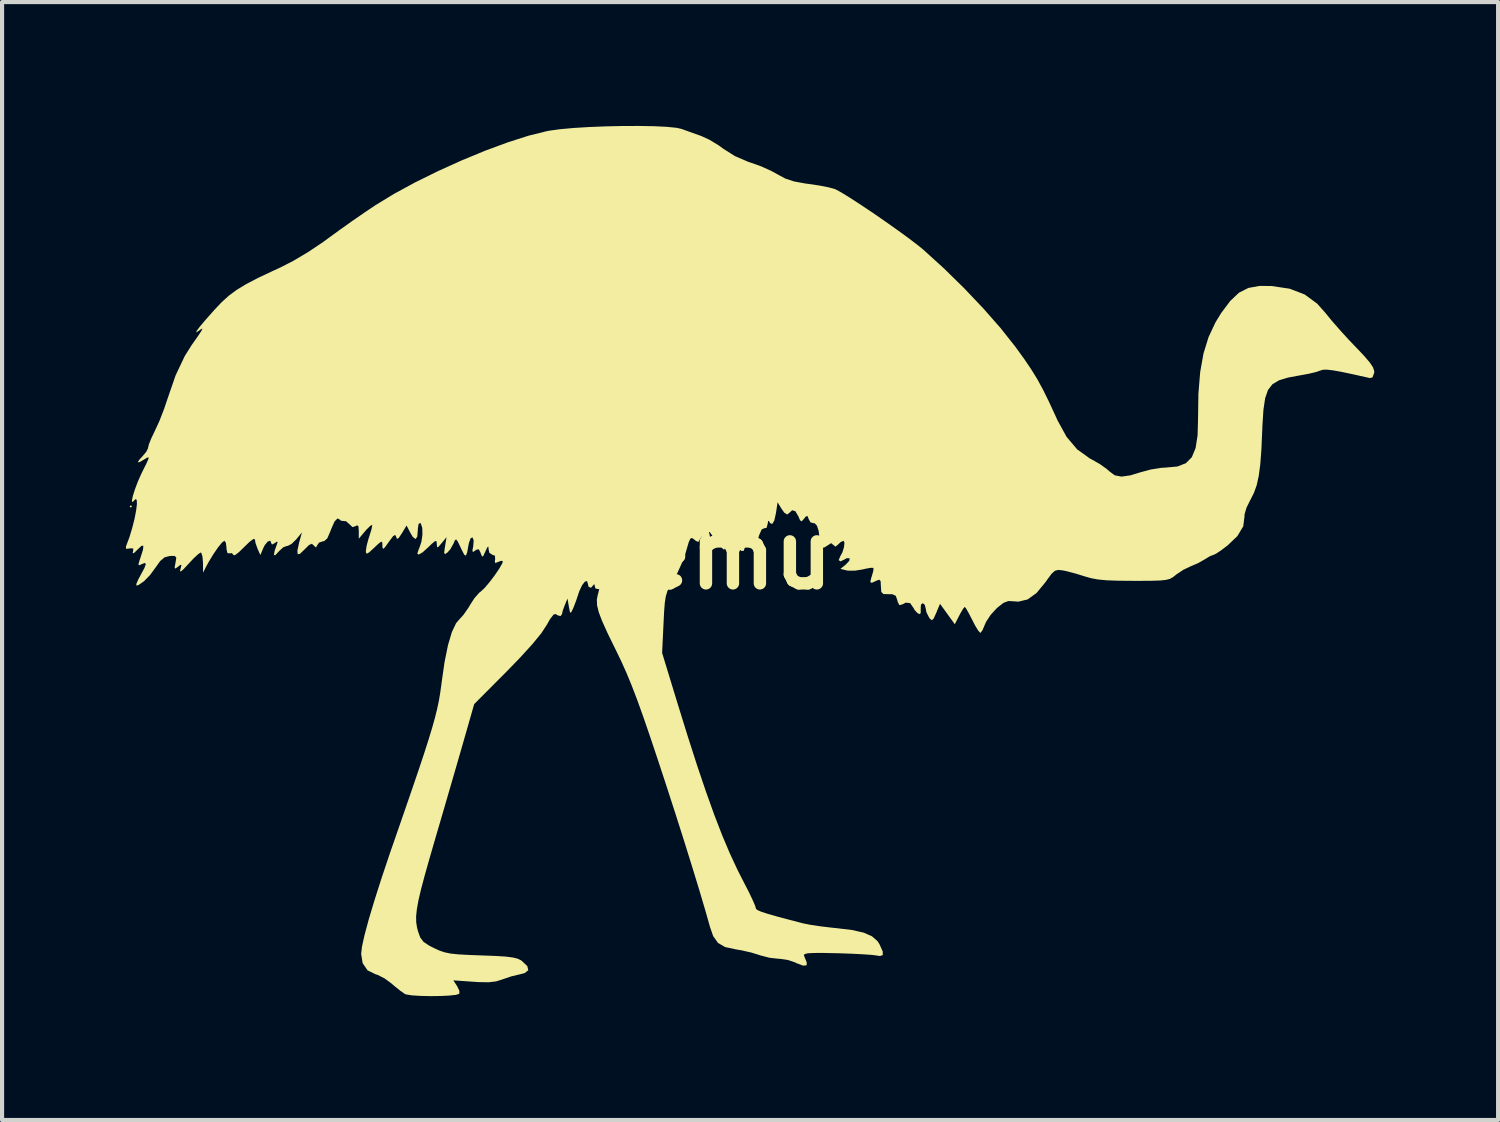
<source format=kicad_pcb>
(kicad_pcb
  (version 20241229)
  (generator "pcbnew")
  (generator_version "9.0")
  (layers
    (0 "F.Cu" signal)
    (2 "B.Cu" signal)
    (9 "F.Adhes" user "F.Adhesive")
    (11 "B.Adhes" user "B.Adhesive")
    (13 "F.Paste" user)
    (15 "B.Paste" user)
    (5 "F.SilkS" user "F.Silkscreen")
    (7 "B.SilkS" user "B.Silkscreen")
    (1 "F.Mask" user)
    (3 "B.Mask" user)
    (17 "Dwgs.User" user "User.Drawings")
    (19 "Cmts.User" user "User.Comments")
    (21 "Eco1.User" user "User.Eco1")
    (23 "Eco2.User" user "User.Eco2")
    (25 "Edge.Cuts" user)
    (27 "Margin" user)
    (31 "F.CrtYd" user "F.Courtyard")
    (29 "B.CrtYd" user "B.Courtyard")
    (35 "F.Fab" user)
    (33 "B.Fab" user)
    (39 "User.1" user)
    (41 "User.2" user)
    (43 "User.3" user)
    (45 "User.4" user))
  (footprint "emu"
    (layer "F.Cu")
    (at 14.734 10.386)
    (property "Reference" "emu" (at 0 0 0) (layer "F.SilkS") (effects (font (size 1.524 1.524) (thickness 0.3))))
    (attr board_only exclude_from_pos_files exclude_from_bom)
    (fp_poly (pts (xy -14.588 -1.173) (xy -14.616 -1.144) (xy -14.645 -1.173) (xy -14.616 -1.201)) (stroke (width 0) (type solid)) (fill yes) (layer "F.SilkS"))
    (fp_poly (pts (xy -1.947 -10.38) (xy -1.64 -10.365) (xy -1.409 -10.342) (xy -1.287 -10.316) (xy -1.082 -10.242) (xy -0.855 -10.161) (xy -0.801 -10.142) (xy -0.608 -10.053) (xy -0.391 -9.922) (xy -0.265 -9.831) (xy 0.012 -9.656) (xy 0.333 -9.518) (xy 0.394 -9.498) (xy 0.641 -9.41) (xy 0.889 -9.299) (xy 1.044 -9.214) (xy 1.232 -9.112) (xy 1.441 -9.043) (xy 1.712 -8.993) (xy 1.802 -8.981) (xy 2.048 -8.945) (xy 2.266 -8.903) (xy 2.421 -8.862) (xy 2.447 -8.852) (xy 2.586 -8.777) (xy 2.796 -8.648) (xy 3.058 -8.478) (xy 3.353 -8.281) (xy 3.658 -8.07) (xy 3.956 -7.859) (xy 4.225 -7.663) (xy 4.447 -7.494) (xy 4.576 -7.388) (xy 5.072 -6.938) (xy 5.564 -6.455) (xy 6.03 -5.964) (xy 6.447 -5.489) (xy 6.792 -5.053) (xy 6.802 -5.04) (xy 7.016 -4.745) (xy 7.187 -4.492) (xy 7.334 -4.254) (xy 7.472 -4.001) (xy 7.618 -3.704) (xy 7.788 -3.336) (xy 7.823 -3.258) (xy 8.042 -2.859) (xy 8.298 -2.556) (xy 8.607 -2.334) (xy 8.662 -2.305) (xy 8.85 -2.198) (xy 9.013 -2.082) (xy 9.079 -2.023) (xy 9.208 -1.927) (xy 9.371 -1.895) (xy 9.59 -1.926) (xy 9.84 -2.002) (xy 10.081 -2.067) (xy 10.34 -2.108) (xy 10.457 -2.115) (xy 10.727 -2.14) (xy 10.931 -2.219) (xy 11.075 -2.364) (xy 11.167 -2.586) (xy 11.215 -2.896) (xy 11.226 -3.289) (xy 11.235 -3.904) (xy 11.278 -4.427) (xy 11.358 -4.876) (xy 11.48 -5.271) (xy 11.647 -5.628) (xy 11.786 -5.855) (xy 12.006 -6.149) (xy 12.217 -6.348) (xy 12.446 -6.464) (xy 12.718 -6.513) (xy 13.008 -6.51) (xy 13.445 -6.445) (xy 13.807 -6.306) (xy 14.11 -6.084) (xy 14.308 -5.862) (xy 14.455 -5.681) (xy 14.654 -5.453) (xy 14.875 -5.21) (xy 15.034 -5.044) (xy 15.246 -4.821) (xy 15.384 -4.659) (xy 15.463 -4.541) (xy 15.492 -4.451) (xy 15.492 -4.409) (xy 15.45 -4.297) (xy 15.389 -4.281) (xy 15 -4.368) (xy 14.707 -4.43) (xy 14.495 -4.468) (xy 14.348 -4.485) (xy 14.253 -4.483) (xy 14.194 -4.466) (xy 14.085 -4.428) (xy 13.904 -4.385) (xy 13.702 -4.348) (xy 13.409 -4.294) (xy 13.189 -4.228) (xy 13.029 -4.133) (xy 12.92 -3.993) (xy 12.851 -3.793) (xy 12.81 -3.517) (xy 12.786 -3.147) (xy 12.78 -2.997) (xy 12.76 -2.547) (xy 12.733 -2.192) (xy 12.696 -1.912) (xy 12.647 -1.689) (xy 12.58 -1.502) (xy 12.494 -1.331) (xy 12.486 -1.317) (xy 12.4 -1.143) (xy 12.353 -0.986) (xy 12.35 -0.924) (xy 12.321 -0.692) (xy 12.179 -0.455) (xy 11.941 -0.228) (xy 11.785 -0.11) (xy 11.66 -0.027) (xy 11.6 0) (xy 11.518 0.03) (xy 11.397 0.103) (xy 11.393 0.106) (xy 11.226 0.201) (xy 11.051 0.276) (xy 10.874 0.359) (xy 10.7 0.475) (xy 10.689 0.485) (xy 10.618 0.54) (xy 10.547 0.58) (xy 10.453 0.605) (xy 10.317 0.62) (xy 10.118 0.627) (xy 9.836 0.629) (xy 9.662 0.629) (xy 9.295 0.626) (xy 9.017 0.616) (xy 8.803 0.596) (xy 8.629 0.563) (xy 8.479 0.52) (xy 8.262 0.453) (xy 8.055 0.398) (xy 7.952 0.376) (xy 7.841 0.364) (xy 7.759 0.386) (xy 7.678 0.46) (xy 7.569 0.607) (xy 7.535 0.657) (xy 7.317 0.922) (xy 7.1 1.079) (xy 6.874 1.133) (xy 6.767 1.125) (xy 6.634 1.118) (xy 6.519 1.16) (xy 6.379 1.268) (xy 6.35 1.294) (xy 6.205 1.452) (xy 6.093 1.622) (xy 6.063 1.691) (xy 6.009 1.82) (xy 5.961 1.886) (xy 5.954 1.888) (xy 5.908 1.841) (xy 5.832 1.718) (xy 5.757 1.573) (xy 5.672 1.408) (xy 5.607 1.294) (xy 5.577 1.259) (xy 5.538 1.304) (xy 5.47 1.419) (xy 5.444 1.469) (xy 5.336 1.68) (xy 5.157 1.432) (xy 4.978 1.185) (xy 4.886 1.406) (xy 4.825 1.541) (xy 4.782 1.583) (xy 4.736 1.547) (xy 4.714 1.518) (xy 4.649 1.389) (xy 4.634 1.308) (xy 4.61 1.211) (xy 4.561 1.169) (xy 4.519 1.203) (xy 4.513 1.241) (xy 4.51 1.352) (xy 4.513 1.387) (xy 4.495 1.436) (xy 4.437 1.414) (xy 4.367 1.34) (xy 4.337 1.287) (xy 4.254 1.168) (xy 4.149 1.157) (xy 4.062 1.201) (xy 3.994 1.217) (xy 3.955 1.141) (xy 3.945 1.1) (xy 3.907 0.991) (xy 3.822 0.953) (xy 3.731 0.952) (xy 3.607 0.948) (xy 3.556 0.898) (xy 3.547 0.768) (xy 3.547 0.764) (xy 3.54 0.637) (xy 3.506 0.6) (xy 3.436 0.627) (xy 3.325 0.678) (xy 3.289 0.656) (xy 3.316 0.546) (xy 3.328 0.512) (xy 3.363 0.386) (xy 3.367 0.316) (xy 3.366 0.315) (xy 3.302 0.313) (xy 3.167 0.337) (xy 3.103 0.353) (xy 2.915 0.383) (xy 2.748 0.382) (xy 2.715 0.376) (xy 2.567 0.339) (xy 2.699 0.232) (xy 2.78 0.144) (xy 2.791 0.083) (xy 2.79 0.083) (xy 2.719 0.08) (xy 2.66 0.114) (xy 2.568 0.158) (xy 2.525 0.127) (xy 2.558 0.044) (xy 2.614 -0.06) (xy 2.653 -0.188) (xy 2.664 -0.297) (xy 2.64 -0.343) (xy 2.64 -0.343) (xy 2.565 -0.304) (xy 2.515 -0.255) (xy 2.447 -0.199) (xy 2.396 -0.24) (xy 2.341 -0.284) (xy 2.279 -0.243) (xy 2.171 -0.176) (xy 2.079 -0.179) (xy 2.038 -0.247) (xy 2.043 -0.285) (xy 2.057 -0.432) (xy 2.039 -0.585) (xy 1.997 -0.709) (xy 1.94 -0.767) (xy 1.92 -0.766) (xy 1.842 -0.787) (xy 1.802 -0.858) (xy 1.767 -0.943) (xy 1.724 -0.925) (xy 1.687 -0.876) (xy 1.629 -0.813) (xy 1.59 -0.836) (xy 1.55 -0.93) (xy 1.476 -1.057) (xy 1.398 -1.081) (xy 1.344 -1.03) (xy 1.281 -0.977) (xy 1.207 -1.022) (xy 1.136 -1.123) (xy 1.045 -1.274) (xy 1.005 -1.009) (xy 0.965 -0.83) (xy 0.915 -0.748) (xy 0.862 -0.77) (xy 0.839 -0.815) (xy 0.816 -0.824) (xy 0.805 -0.752) (xy 0.777 -0.653) (xy 0.725 -0.646) (xy 0.659 -0.615) (xy 0.596 -0.471) (xy 0.583 -0.423) (xy 0.528 -0.272) (xy 0.469 -0.183) (xy 0.421 -0.172) (xy 0.4 -0.251) (xy 0.4 -0.257) (xy 0.378 -0.337) (xy 0.327 -0.326) (xy 0.274 -0.238) (xy 0.261 -0.195) (xy 0.222 -0.096) (xy 0.168 -0.096) (xy 0.145 -0.113) (xy 0.069 -0.142) (xy 0.007 -0.075) (xy -0.035 -0.019) (xy -0.065 -0.052) (xy -0.091 -0.159) (xy -0.135 -0.308) (xy -0.183 -0.373) (xy -0.219 -0.344) (xy -0.231 -0.247) (xy -0.236 -0.136) (xy -0.266 -0.13) (xy -0.331 -0.203) (xy -0.441 -0.342) (xy -0.531 -0.461) (xy -0.6 -0.553) (xy -0.617 -0.554) (xy -0.598 -0.472) (xy -0.594 -0.366) (xy -0.652 -0.352) (xy -0.73 -0.41) (xy -0.794 -0.44) (xy -0.835 -0.379) (xy -0.873 -0.314) (xy -0.93 -0.335) (xy -0.971 -0.37) (xy -1.026 -0.409) (xy -1.066 -0.395) (xy -1.106 -0.309) (xy -1.158 -0.132) (xy -1.168 -0.095) (xy -1.256 0.16) (xy -1.38 0.435) (xy -1.475 0.607) (xy -1.562 0.752) (xy -1.622 0.874) (xy -1.661 1) (xy -1.686 1.159) (xy -1.703 1.378) (xy -1.717 1.659) (xy -1.751 2.374) (xy -1.393 3.547) (xy -1.137 4.373) (xy -0.904 5.099) (xy -0.688 5.737) (xy -0.487 6.298) (xy -0.296 6.792) (xy -0.11 7.232) (xy 0.075 7.629) (xy 0.233 7.939) (xy 0.35 8.166) (xy 0.443 8.361) (xy 0.501 8.497) (xy 0.515 8.546) (xy 0.526 8.576) (xy 0.57 8.608) (xy 0.659 8.645) (xy 0.808 8.693) (xy 1.029 8.756) (xy 1.337 8.838) (xy 1.659 8.922) (xy 1.833 8.957) (xy 2.079 8.994) (xy 2.354 9.027) (xy 2.465 9.038) (xy 2.847 9.084) (xy 3.131 9.148) (xy 3.331 9.236) (xy 3.465 9.354) (xy 3.514 9.432) (xy 3.59 9.601) (xy 3.593 9.691) (xy 3.521 9.714) (xy 3.447 9.702) (xy 3.333 9.687) (xy 3.132 9.673) (xy 2.867 9.659) (xy 2.565 9.648) (xy 2.471 9.646) (xy 2.144 9.639) (xy 1.917 9.64) (xy 1.774 9.648) (xy 1.701 9.666) (xy 1.682 9.693) (xy 1.684 9.704) (xy 1.735 9.83) (xy 1.751 9.868) (xy 1.748 9.939) (xy 1.662 9.946) (xy 1.506 9.888) (xy 1.467 9.868) (xy 1.299 9.811) (xy 1.099 9.781) (xy 1.066 9.78) (xy 0.85 9.756) (xy 0.629 9.699) (xy 0.601 9.689) (xy 0.41 9.63) (xy 0.172 9.576) (xy 0.036 9.553) (xy -0.224 9.497) (xy -0.398 9.397) (xy -0.515 9.231) (xy -0.592 9.009) (xy -0.706 8.606) (xy -0.853 8.11) (xy -1.028 7.538) (xy -1.226 6.904) (xy -1.442 6.225) (xy -1.672 5.516) (xy -1.859 4.948) (xy -2.048 4.384) (xy -2.211 3.91) (xy -2.355 3.51) (xy -2.487 3.166) (xy -2.613 2.86) (xy -2.742 2.572) (xy -2.88 2.287) (xy -2.9 2.247) (xy -3.077 1.885) (xy -3.203 1.605) (xy -3.285 1.39) (xy -3.326 1.223) (xy -3.332 1.085) (xy -3.308 0.961) (xy -3.296 0.922) (xy -3.275 0.828) (xy -3.312 0.826) (xy -3.366 0.815) (xy -3.38 0.761) (xy -3.394 0.705) (xy -3.413 0.729) (xy -3.474 0.797) (xy -3.533 0.771) (xy -3.547 0.71) (xy -3.568 0.635) (xy -3.621 0.648) (xy -3.689 0.735) (xy -3.756 0.878) (xy -3.77 0.919) (xy -3.833 1.108) (xy -3.896 1.272) (xy -3.913 1.311) (xy -3.956 1.397) (xy -3.981 1.393) (xy -4.003 1.287) (xy -4.009 1.254) (xy -4.042 1.058) (xy -4.109 1.219) (xy -4.157 1.351) (xy -4.176 1.434) (xy -4.212 1.484) (xy -4.293 1.458) (xy -4.323 1.432) (xy -4.38 1.446) (xy -4.468 1.561) (xy -4.544 1.695) (xy -4.676 1.897) (xy -4.895 2.165) (xy -5.202 2.501) (xy -5.506 2.814) (xy -6.302 3.614) (xy -6.55 4.481) (xy -6.638 4.787) (xy -6.75 5.174) (xy -6.878 5.615) (xy -7.014 6.083) (xy -7.15 6.549) (xy -7.23 6.822) (xy -7.38 7.339) (xy -7.499 7.76) (xy -7.589 8.099) (xy -7.652 8.368) (xy -7.69 8.581) (xy -7.708 8.752) (xy -7.706 8.893) (xy -7.687 9.018) (xy -7.662 9.115) (xy -7.607 9.267) (xy -7.528 9.371) (xy -7.395 9.46) (xy -7.278 9.52) (xy -7.146 9.581) (xy -7.019 9.624) (xy -6.874 9.654) (xy -6.684 9.674) (xy -6.427 9.688) (xy -6.13 9.699) (xy -5.789 9.712) (xy -5.541 9.727) (xy -5.369 9.749) (xy -5.252 9.777) (xy -5.169 9.817) (xy -5.149 9.832) (xy -5.015 9.958) (xy -4.992 10.058) (xy -5.079 10.127) (xy -5.188 10.155) (xy -5.395 10.204) (xy -5.605 10.275) (xy -5.62 10.281) (xy -5.771 10.328) (xy -5.953 10.349) (xy -6.201 10.345) (xy -6.321 10.337) (xy -6.807 10.303) (xy -6.714 10.445) (xy -6.66 10.558) (xy -6.662 10.628) (xy -6.743 10.654) (xy -6.909 10.672) (xy -7.128 10.682) (xy -7.372 10.685) (xy -7.611 10.679) (xy -7.813 10.666) (xy -7.95 10.644) (xy -7.98 10.633) (xy -8.092 10.554) (xy -8.24 10.435) (xy -8.303 10.38) (xy -8.467 10.259) (xy -8.634 10.173) (xy -8.689 10.156) (xy -8.884 10.061) (xy -9.003 9.886) (xy -9.039 9.661) (xy -9.018 9.481) (xy -8.956 9.203) (xy -8.856 8.831) (xy -8.719 8.374) (xy -8.548 7.838) (xy -8.344 7.229) (xy -8.235 6.916) (xy -8.006 6.255) (xy -7.812 5.692) (xy -7.649 5.214) (xy -7.515 4.812) (xy -7.407 4.474) (xy -7.32 4.189) (xy -7.252 3.946) (xy -7.2 3.736) (xy -7.159 3.545) (xy -7.128 3.365) (xy -7.102 3.183) (xy -7.092 3.104) (xy -7.02 2.6) (xy -6.936 2.186) (xy -6.842 1.869) (xy -6.741 1.656) (xy -6.677 1.58) (xy -6.562 1.453) (xy -6.441 1.28) (xy -6.403 1.215) (xy -6.296 1.049) (xy -6.181 0.918) (xy -6.14 0.886) (xy -6.051 0.803) (xy -5.932 0.663) (xy -5.806 0.497) (xy -5.696 0.335) (xy -5.623 0.208) (xy -5.606 0.156) (xy -5.648 0.142) (xy -5.715 0.169) (xy -5.794 0.198) (xy -5.802 0.145) (xy -5.794 0.113) (xy -5.799 0.02) (xy -5.857 0) (xy -5.934 -0.049) (xy -5.952 -0.129) (xy -5.959 -0.203) (xy -5.984 -0.183) (xy -6.029 -0.086) (xy -6.081 0.026) (xy -6.111 0.041) (xy -6.142 -0.035) (xy -6.145 -0.046) (xy -6.189 -0.135) (xy -6.248 -0.126) (xy -6.276 -0.104) (xy -6.334 -0.068) (xy -6.344 -0.109) (xy -6.325 -0.21) (xy -6.314 -0.35) (xy -6.344 -0.425) (xy -6.389 -0.4) (xy -6.43 -0.286) (xy -6.438 -0.245) (xy -6.472 -0.059) (xy -6.503 0.02) (xy -6.543 -0.005) (xy -6.606 -0.127) (xy -6.626 -0.17) (xy -6.697 -0.319) (xy -6.739 -0.375) (xy -6.77 -0.351) (xy -6.798 -0.282) (xy -6.877 -0.14) (xy -6.949 -0.058) (xy -7.009 -0.018) (xy -7.028 -0.046) (xy -7.015 -0.163) (xy -7.008 -0.204) (xy -6.971 -0.429) (xy -7.088 -0.286) (xy -7.169 -0.193) (xy -7.2 -0.186) (xy -7.207 -0.26) (xy -7.207 -0.266) (xy -7.215 -0.332) (xy -7.251 -0.332) (xy -7.336 -0.261) (xy -7.403 -0.195) (xy -7.551 -0.061) (xy -7.646 -0.006) (xy -7.679 -0.032) (xy -7.643 -0.14) (xy -7.634 -0.157) (xy -7.581 -0.311) (xy -7.555 -0.491) (xy -7.559 -0.654) (xy -7.595 -0.76) (xy -7.609 -0.772) (xy -7.648 -0.749) (xy -7.666 -0.634) (xy -7.666 -0.614) (xy -7.68 -0.443) (xy -7.721 -0.383) (xy -7.787 -0.433) (xy -7.843 -0.525) (xy -7.939 -0.711) (xy -8.054 -0.521) (xy -8.13 -0.408) (xy -8.172 -0.387) (xy -8.191 -0.437) (xy -8.216 -0.484) (xy -8.266 -0.452) (xy -8.357 -0.331) (xy -8.368 -0.316) (xy -8.46 -0.186) (xy -8.507 -0.144) (xy -8.523 -0.182) (xy -8.524 -0.227) (xy -8.528 -0.305) (xy -8.555 -0.32) (xy -8.626 -0.265) (xy -8.724 -0.172) (xy -8.843 -0.062) (xy -8.903 -0.027) (xy -8.923 -0.061) (xy -8.924 -0.096) (xy -8.906 -0.222) (xy -8.859 -0.397) (xy -8.838 -0.459) (xy -8.791 -0.61) (xy -8.771 -0.709) (xy -8.774 -0.726) (xy -8.82 -0.701) (xy -8.91 -0.612) (xy -8.946 -0.57) (xy -9.096 -0.392) (xy -9.096 -0.575) (xy -9.105 -0.694) (xy -9.14 -0.716) (xy -9.171 -0.696) (xy -9.248 -0.672) (xy -9.324 -0.743) (xy -9.404 -0.815) (xy -9.456 -0.819) (xy -9.529 -0.827) (xy -9.547 -0.848) (xy -9.61 -0.883) (xy -9.684 -0.807) (xy -9.766 -0.621) (xy -9.784 -0.572) (xy -9.859 -0.399) (xy -9.936 -0.331) (xy -9.963 -0.33) (xy -10.058 -0.297) (xy -10.094 -0.246) (xy -10.133 -0.18) (xy -10.179 -0.219) (xy -10.187 -0.23) (xy -10.234 -0.269) (xy -10.302 -0.238) (xy -10.413 -0.128) (xy -10.52 -0.026) (xy -10.576 -0.016) (xy -10.583 -0.102) (xy -10.543 -0.288) (xy -10.528 -0.344) (xy -10.473 -0.543) (xy -10.614 -0.372) (xy -10.724 -0.265) (xy -10.819 -0.216) (xy -10.836 -0.216) (xy -10.923 -0.185) (xy -11.027 -0.091) (xy -11.036 -0.079) (xy -11.12 0.01) (xy -11.152 0.00012) (xy -11.131 -0.108) (xy -11.096 -0.205) (xy -11.062 -0.307) (xy -11.08 -0.321) (xy -11.125 -0.288) (xy -11.198 -0.249) (xy -11.213 -0.279) (xy -11.239 -0.343) (xy -11.3 -0.324) (xy -11.373 -0.235) (xy -11.406 -0.17) (xy -11.479 0.004) (xy -11.546 -0.144) (xy -11.596 -0.284) (xy -11.613 -0.377) (xy -11.647 -0.385) (xy -11.739 -0.318) (xy -11.87 -0.191) (xy -11.999 -0.065) (xy -12.092 0.006) (xy -12.128 0.007) (xy -12.128 0.006) (xy -12.168 -0.043) (xy -12.214 -0.037) (xy -12.276 -0.042) (xy -12.299 -0.136) (xy -12.3 -0.173) (xy -12.314 -0.293) (xy -12.349 -0.343) (xy -12.349 -0.343) (xy -12.41 -0.297) (xy -12.507 -0.177) (xy -12.622 -0.009) (xy -12.737 0.182) (xy -12.778 0.257) (xy -12.867 0.429) (xy -12.869 0.186) (xy -12.882 0.037) (xy -12.91 -0.049) (xy -12.924 -0.057) (xy -12.986 -0.017) (xy -13.097 0.086) (xy -13.217 0.215) (xy -13.345 0.352) (xy -13.41 0.406) (xy -13.424 0.382) (xy -13.414 0.344) (xy -13.39 0.247) (xy -13.418 0.243) (xy -13.471 0.285) (xy -13.539 0.333) (xy -13.555 0.304) (xy -13.534 0.191) (xy -13.515 0.069) (xy -13.552 0.025) (xy -13.671 0.027) (xy -13.796 0.058) (xy -13.904 0.148) (xy -14.012 0.299) (xy -14.151 0.489) (xy -14.299 0.64) (xy -14.429 0.73) (xy -14.483 0.744) (xy -14.481 0.7) (xy -14.432 0.587) (xy -14.385 0.501) (xy -14.287 0.318) (xy -14.252 0.22) (xy -14.279 0.195) (xy -14.352 0.225) (xy -14.417 0.253) (xy -14.432 0.225) (xy -14.4 0.119) (xy -14.383 0.07) (xy -14.321 -0.125) (xy -14.312 -0.22) (xy -14.357 -0.219) (xy -14.45 -0.132) (xy -14.542 -0.042) (xy -14.571 -0.042) (xy -14.563 -0.078) (xy -14.556 -0.155) (xy -14.627 -0.159) (xy -14.649 -0.154) (xy -14.734 -0.147) (xy -14.734 -0.204) (xy -14.728 -0.219) (xy -14.649 -0.43) (xy -14.581 -0.656) (xy -14.525 -0.879) (xy -14.487 -1.078) (xy -14.468 -1.236) (xy -14.473 -1.333) (xy -14.504 -1.35) (xy -14.536 -1.316) (xy -14.581 -1.274) (xy -14.589 -1.319) (xy -14.566 -1.429) (xy -14.517 -1.585) (xy -14.449 -1.767) (xy -14.366 -1.955) (xy -14.334 -2.021) (xy -14.237 -2.216) (xy -14.189 -2.325) (xy -14.188 -2.364) (xy -14.229 -2.35) (xy -14.274 -2.322) (xy -14.405 -2.246) (xy -14.449 -2.243) (xy -14.405 -2.311) (xy -14.338 -2.382) (xy -14.242 -2.497) (xy -14.198 -2.586) (xy -14.198 -2.597) (xy -14.179 -2.677) (xy -14.119 -2.825) (xy -14.034 -3.003) (xy -13.924 -3.242) (xy -13.813 -3.527) (xy -13.73 -3.773) (xy -13.532 -4.346) (xy -13.309 -4.817) (xy -13.14 -5.085) (xy -12.993 -5.293) (xy -12.909 -5.42) (xy -12.882 -5.476) (xy -12.907 -5.472) (xy -12.957 -5.435) (xy -13.03 -5.386) (xy -13.026 -5.417) (xy -12.948 -5.523) (xy -12.798 -5.701) (xy -12.592 -5.933) (xy -12.416 -6.119) (xy -12.243 -6.276) (xy -12.052 -6.417) (xy -11.823 -6.556) (xy -11.536 -6.706) (xy -11.17 -6.879) (xy -10.997 -6.958) (xy -10.679 -7.121) (xy -10.319 -7.335) (xy -9.96 -7.576) (xy -9.853 -7.654) (xy -9.558 -7.869) (xy -9.231 -8.101) (xy -8.916 -8.318) (xy -8.695 -8.466) (xy -8.246 -8.74) (xy -7.733 -9.019) (xy -7.179 -9.292) (xy -6.604 -9.552) (xy -6.033 -9.788) (xy -5.486 -9.99) (xy -4.986 -10.15) (xy -4.555 -10.257) (xy -4.486 -10.271) (xy -4.225 -10.307) (xy -3.897 -10.337) (xy -3.52 -10.36) (xy -3.116 -10.376) (xy -2.706 -10.385) (xy -2.309 -10.386)) (stroke (width 0) (type solid)) (fill yes) (layer "F.SilkS")))
  (gr_rect
    (start -3 -3)
    (end 33.226 24.071)
    (stroke (width 0.1) (type default))
    (fill no)
    (layer "Edge.Cuts")))
</source>
